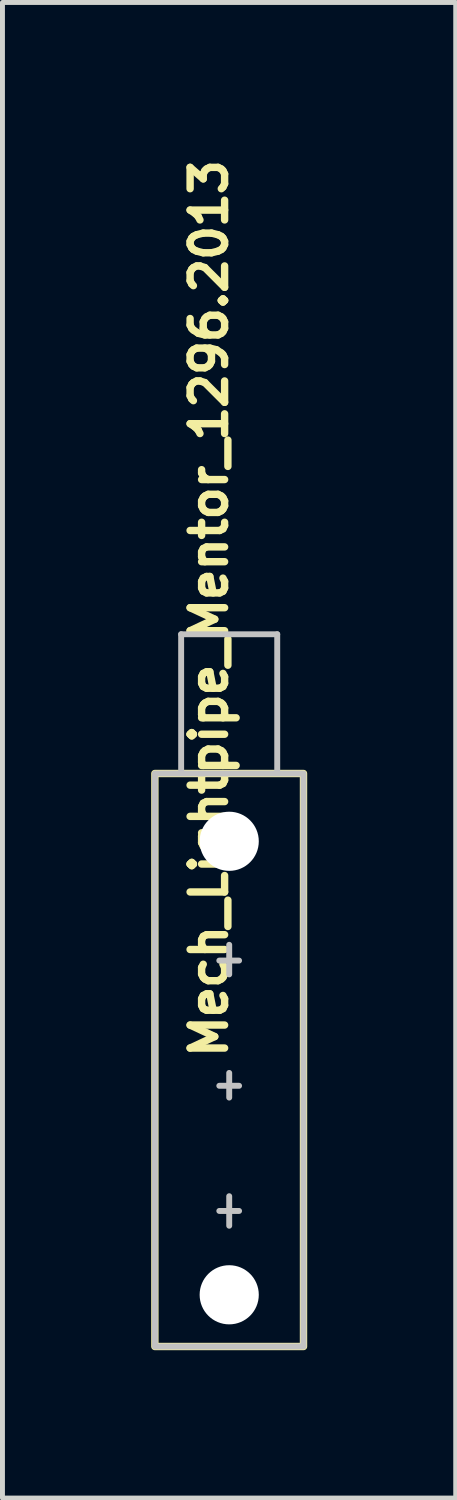
<source format=kicad_pcb>
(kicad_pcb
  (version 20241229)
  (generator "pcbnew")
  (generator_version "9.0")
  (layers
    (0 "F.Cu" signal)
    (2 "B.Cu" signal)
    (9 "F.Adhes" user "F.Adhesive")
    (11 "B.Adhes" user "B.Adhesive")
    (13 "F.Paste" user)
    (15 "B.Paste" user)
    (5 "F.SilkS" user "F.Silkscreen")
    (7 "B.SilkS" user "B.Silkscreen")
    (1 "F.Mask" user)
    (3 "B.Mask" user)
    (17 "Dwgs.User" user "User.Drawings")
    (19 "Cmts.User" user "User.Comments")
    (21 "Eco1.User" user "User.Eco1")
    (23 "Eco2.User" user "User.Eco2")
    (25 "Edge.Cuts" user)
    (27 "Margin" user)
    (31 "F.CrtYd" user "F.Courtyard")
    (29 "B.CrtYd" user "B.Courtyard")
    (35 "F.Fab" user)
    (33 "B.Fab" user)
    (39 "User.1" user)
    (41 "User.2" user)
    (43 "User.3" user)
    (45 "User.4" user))
  (footprint "Mech_Lightpipe_Mentor_1296.2013"
    (layer "F.Cu")
    (at 1.6 18.977)
    (property "Reference" "Mech_Lightpipe_Mentor_1296.2013" (at 0 -0.5 90) (unlocked yes) (layer "F.SilkS") (effects (font (size 0.7 0.7) (thickness 0.15)) (justify left bottom)))
    (attr through_hole)
    (fp_rect (start -1.508 -6.335) (end 1.507 5.289) (stroke (width 0.15) (type solid)) (fill no) (layer "F.SilkS"))
    (fp_line (start -0.975 -9.16) (end -0.975 -6.361) (stroke (width 0.12) (type solid)) (layer "Dwgs.User"))
    (fp_line (start -0.975 -9.16) (end 0.974 -9.16) (stroke (width 0.12) (type solid)) (layer "Dwgs.User"))
    (fp_line (start 0 -2.86) (end 0 -2.26) (stroke (width 0.12) (type solid)) (layer "Dwgs.User"))
    (fp_line (start 0 -0.261) (end 0 0.239) (stroke (width 0.12) (type solid)) (layer "Dwgs.User"))
    (fp_line (start 0 2.24) (end 0 2.839) (stroke (width 0.12) (type solid)) (layer "Dwgs.User"))
    (fp_line (start 0.2 -2.54) (end -0.201 -2.54) (stroke (width 0.12) (type solid)) (layer "Dwgs.User"))
    (fp_line (start 0.2 0) (end -0.201 0) (stroke (width 0.12) (type solid)) (layer "Dwgs.User"))
    (fp_line (start 0.2 2.539) (end -0.201 2.539) (stroke (width 0.12) (type solid)) (layer "Dwgs.User"))
    (fp_line (start 0.974 -9.16) (end 0.974 -6.361) (stroke (width 0.12) (type solid)) (layer "Dwgs.User"))
    (fp_rect (start -1.508 -6.335) (end 1.507 5.289) (stroke (width 0.12) (type solid)) (fill no) (layer "Dwgs.User"))
    (fp_line (start -1.595 -3.765) (end -0.966 -3.765) (stroke (width 0.01) (type solid)) (layer "User.9"))
    (fp_line (start -1.595 5.349) (end -1.595 -3.765) (stroke (width 0.01) (type solid)) (layer "User.9"))
    (fp_line (start -1.595 5.349) (end 1.59 5.349) (stroke (width 0.01) (type solid)) (layer "User.9"))
    (fp_line (start -1.57 -5.851) (end -1.57 -3.781) (stroke (width 0.01) (type solid)) (layer "User.9"))
    (fp_line (start -1.57 -5.851) (end -0.9 -5.851) (stroke (width 0.01) (type solid)) (layer "User.9"))
    (fp_line (start -1.57 -3.781) (end -1.595 -3.765) (stroke (width 0.01) (type solid)) (layer "User.9"))
    (fp_line (start -1.57 -3.781) (end -0.95 -3.781) (stroke (width 0.01) (type solid)) (layer "User.9"))
    (fp_line (start -0.966 -3.765) (end -0.966 4.645) (stroke (width 0.01) (type solid)) (layer "User.9"))
    (fp_line (start -0.966 -3.765) (end -0.95 -3.781) (stroke (width 0.01) (type solid)) (layer "User.9"))
    (fp_line (start -0.966 4.651) (end -0.966 4.645) (stroke (width 0.01) (type solid)) (layer "User.9"))
    (fp_line (start -0.965 4.657) (end -0.966 4.651) (stroke (width 0.01) (type solid)) (layer "User.9"))
    (fp_line (start -0.965 4.663) (end -0.965 4.657) (stroke (width 0.01) (type solid)) (layer "User.9"))
    (fp_line (start -0.964 4.669) (end -0.965 4.663) (stroke (width 0.01) (type solid)) (layer "User.9"))
    (fp_line (start -0.962 4.674) (end -0.964 4.669) (stroke (width 0.01) (type solid)) (layer "User.9"))
    (fp_line (start -0.961 4.68) (end -0.962 4.674) (stroke (width 0.01) (type solid)) (layer "User.9"))
    (fp_line (start -0.959 4.686) (end -0.961 4.68) (stroke (width 0.01) (type solid)) (layer "User.9"))
    (fp_line (start -0.958 4.644) (end -0.958 4.638) (stroke (width 0.01) (type solid)) (layer "User.9"))
    (fp_line (start -0.958 4.646) (end -0.958 4.646) (stroke (width 0.01) (type solid)) (layer "User.9"))
    (fp_line (start -0.958 4.647) (end -0.958 4.646) (stroke (width 0.01) (type solid)) (layer "User.9"))
    (fp_line (start -0.958 4.646) (end -0.958 4.646) (stroke (width 0.01) (type solid)) (layer "User.9"))
    (fp_line (start -0.958 4.646) (end -0.958 4.648) (stroke (width 0.01) (type solid)) (layer "User.9"))
    (fp_line (start -0.958 4.649) (end -0.958 4.647) (stroke (width 0.01) (type solid)) (layer "User.9"))
    (fp_line (start -0.958 4.65) (end -0.958 4.644) (stroke (width 0.01) (type solid)) (layer "User.9"))
    (fp_line (start -0.957 4.651) (end -0.958 4.649) (stroke (width 0.01) (type solid)) (layer "User.9"))
    (fp_line (start -0.957 4.656) (end -0.958 4.65) (stroke (width 0.01) (type solid)) (layer "User.9"))
    (fp_line (start -0.957 4.691) (end -0.959 4.686) (stroke (width 0.01) (type solid)) (layer "User.9"))
    (fp_line (start -0.956 4.659) (end -0.957 4.651) (stroke (width 0.01) (type solid)) (layer "User.9"))
    (fp_line (start -0.956 4.662) (end -0.957 4.656) (stroke (width 0.01) (type solid)) (layer "User.9"))
    (fp_line (start -0.955 4.668) (end -0.956 4.662) (stroke (width 0.01) (type solid)) (layer "User.9"))
    (fp_line (start -0.954 4.696) (end -0.957 4.691) (stroke (width 0.01) (type solid)) (layer "User.9"))
    (fp_line (start -0.954 4.669) (end -0.956 4.659) (stroke (width 0.01) (type solid)) (layer "User.9"))
    (fp_line (start -0.954 4.669) (end -0.954 4.669) (stroke (width 0.01) (type solid)) (layer "User.9"))
    (fp_line (start -0.953 4.673) (end -0.955 4.668) (stroke (width 0.01) (type solid)) (layer "User.9"))
    (fp_line (start -0.951 4.702) (end -0.954 4.696) (stroke (width 0.01) (type solid)) (layer "User.9"))
    (fp_line (start -0.951 4.679) (end -0.953 4.673) (stroke (width 0.01) (type solid)) (layer "User.9"))
    (fp_line (start -0.95 -3.331) (end -0.95 -3.781) (stroke (width 0.01) (type solid)) (layer "User.9"))
    (fp_line (start -0.95 -3.131) (end -0.95 -3.331) (stroke (width 0.01) (type solid)) (layer "User.9"))
    (fp_line (start -0.95 -1.631) (end -0.95 -1.831) (stroke (width 0.01) (type solid)) (layer "User.9"))
    (fp_line (start -0.95 -0.831) (end -0.95 -1.631) (stroke (width 0.01) (type solid)) (layer "User.9"))
    (fp_line (start -0.95 -0.631) (end -0.95 -0.831) (stroke (width 0.01) (type solid)) (layer "User.9"))
    (fp_line (start -0.95 0.909) (end -0.95 0.709) (stroke (width 0.01) (type solid)) (layer "User.9"))
    (fp_line (start -0.95 1.709) (end -0.95 0.909) (stroke (width 0.01) (type solid)) (layer "User.9"))
    (fp_line (start -0.95 1.909) (end -0.95 1.709) (stroke (width 0.01) (type solid)) (layer "User.9"))
    (fp_line (start -0.95 -1.831) (end -0.95 -3.131) (stroke (width 0.01) (type solid)) (layer "User.9"))
    (fp_line (start -0.95 -1.831) (end -0.95 -1.821) (stroke (width 0.01) (type solid)) (layer "User.9"))
    (fp_line (start -0.95 0.709) (end -0.95 -0.631) (stroke (width 0.01) (type solid)) (layer "User.9"))
    (fp_line (start -0.95 0.709) (end -0.95 0.719) (stroke (width 0.01) (type solid)) (layer "User.9"))
    (fp_line (start -0.95 1.909) (end -0.95 4.681) (stroke (width 0.01) (type solid)) (layer "User.9"))
    (fp_line (start -0.95 1.909) (end -0.95 1.9) (stroke (width 0.01) (type solid)) (layer "User.9"))
    (fp_line (start -0.95 -3.14) (end -0.95 -3.131) (stroke (width 0.01) (type solid)) (layer "User.9"))
    (fp_line (start -0.95 -0.64) (end -0.95 -0.631) (stroke (width 0.01) (type solid)) (layer "User.9"))
    (fp_line (start -0.95 -1.821) (end -0.949 -1.812) (stroke (width 0.01) (type solid)) (layer "User.9"))
    (fp_line (start -0.95 0.719) (end -0.949 0.728) (stroke (width 0.01) (type solid)) (layer "User.9"))
    (fp_line (start -0.95 1.9) (end -0.949 1.891) (stroke (width 0.01) (type solid)) (layer "User.9"))
    (fp_line (start -0.949 -3.149) (end -0.95 -3.14) (stroke (width 0.01) (type solid)) (layer "User.9"))
    (fp_line (start -0.949 -0.649) (end -0.95 -0.64) (stroke (width 0.01) (type solid)) (layer "User.9"))
    (fp_line (start -0.949 -1.812) (end -0.948 -1.803) (stroke (width 0.01) (type solid)) (layer "User.9"))
    (fp_line (start -0.949 0.728) (end -0.948 0.737) (stroke (width 0.01) (type solid)) (layer "User.9"))
    (fp_line (start -0.949 1.891) (end -0.948 1.882) (stroke (width 0.01) (type solid)) (layer "User.9"))
    (fp_line (start -0.949 4.684) (end -0.951 4.679) (stroke (width 0.01) (type solid)) (layer "User.9"))
    (fp_line (start -0.949 4.707) (end -0.951 4.702) (stroke (width 0.01) (type solid)) (layer "User.9"))
    (fp_line (start -0.948 -3.158) (end -0.949 -3.149) (stroke (width 0.01) (type solid)) (layer "User.9"))
    (fp_line (start -0.948 -0.658) (end -0.949 -0.649) (stroke (width 0.01) (type solid)) (layer "User.9"))
    (fp_line (start -0.948 -1.803) (end -0.946 -1.794) (stroke (width 0.01) (type solid)) (layer "User.9"))
    (fp_line (start -0.948 0.737) (end -0.946 0.746) (stroke (width 0.01) (type solid)) (layer "User.9"))
    (fp_line (start -0.948 1.882) (end -0.946 1.873) (stroke (width 0.01) (type solid)) (layer "User.9"))
    (fp_line (start -0.947 -3.167) (end -0.948 -3.158) (stroke (width 0.01) (type solid)) (layer "User.9"))
    (fp_line (start -0.947 -0.667) (end -0.948 -0.658) (stroke (width 0.01) (type solid)) (layer "User.9"))
    (fp_line (start -0.946 -1.794) (end -0.945 -1.785) (stroke (width 0.01) (type solid)) (layer "User.9"))
    (fp_line (start -0.946 0.746) (end -0.945 0.755) (stroke (width 0.01) (type solid)) (layer "User.9"))
    (fp_line (start -0.946 1.873) (end -0.945 1.864) (stroke (width 0.01) (type solid)) (layer "User.9"))
    (fp_line (start -0.946 4.69) (end -0.949 4.684) (stroke (width 0.01) (type solid)) (layer "User.9"))
    (fp_line (start -0.946 4.691) (end -0.954 4.669) (stroke (width 0.01) (type solid)) (layer "User.9"))
    (fp_line (start -0.946 4.691) (end -0.946 4.691) (stroke (width 0.01) (type solid)) (layer "User.9"))
    (fp_line (start -0.945 4.712) (end -0.949 4.707) (stroke (width 0.01) (type solid)) (layer "User.9"))
    (fp_line (start -0.945 -3.176) (end -0.947 -3.167) (stroke (width 0.01) (type solid)) (layer "User.9"))
    (fp_line (start -0.945 -0.676) (end -0.947 -0.667) (stroke (width 0.01) (type solid)) (layer "User.9"))
    (fp_line (start -0.945 -1.785) (end -0.942 -1.777) (stroke (width 0.01) (type solid)) (layer "User.9"))
    (fp_line (start -0.945 0.755) (end -0.942 0.763) (stroke (width 0.01) (type solid)) (layer "User.9"))
    (fp_line (start -0.945 1.864) (end -0.942 1.855) (stroke (width 0.01) (type solid)) (layer "User.9"))
    (fp_line (start -0.944 4.694) (end -0.946 4.691) (stroke (width 0.01) (type solid)) (layer "User.9"))
    (fp_line (start -0.944 4.695) (end -0.946 4.69) (stroke (width 0.01) (type solid)) (layer "User.9"))
    (fp_line (start -0.943 4.697) (end -0.944 4.694) (stroke (width 0.01) (type solid)) (layer "User.9"))
    (fp_line (start -0.943 -3.185) (end -0.945 -3.176) (stroke (width 0.01) (type solid)) (layer "User.9"))
    (fp_line (start -0.943 -0.685) (end -0.945 -0.676) (stroke (width 0.01) (type solid)) (layer "User.9"))
    (fp_line (start -0.942 -1.777) (end -0.94 -1.768) (stroke (width 0.01) (type solid)) (layer "User.9"))
    (fp_line (start -0.942 0.763) (end -0.94 0.772) (stroke (width 0.01) (type solid)) (layer "User.9"))
    (fp_line (start -0.942 1.855) (end -0.94 1.847) (stroke (width 0.01) (type solid)) (layer "User.9"))
    (fp_line (start -0.942 4.716) (end -0.945 4.712) (stroke (width 0.01) (type solid)) (layer "User.9"))
    (fp_line (start -0.941 4.7) (end -0.943 4.697) (stroke (width 0.01) (type solid)) (layer "User.9"))
    (fp_line (start -0.941 4.7) (end -0.944 4.695) (stroke (width 0.01) (type solid)) (layer "User.9"))
    (fp_line (start -0.94 -3.193) (end -0.943 -3.185) (stroke (width 0.01) (type solid)) (layer "User.9"))
    (fp_line (start -0.94 -0.693) (end -0.943 -0.685) (stroke (width 0.01) (type solid)) (layer "User.9"))
    (fp_line (start -0.94 -1.768) (end -0.937 -1.76) (stroke (width 0.01) (type solid)) (layer "User.9"))
    (fp_line (start -0.94 0.772) (end -0.937 0.78) (stroke (width 0.01) (type solid)) (layer "User.9"))
    (fp_line (start -0.94 1.847) (end -0.937 1.839) (stroke (width 0.01) (type solid)) (layer "User.9"))
    (fp_line (start -0.939 4.702) (end -0.941 4.7) (stroke (width 0.01) (type solid)) (layer "User.9"))
    (fp_line (start -0.938 4.721) (end -0.942 4.716) (stroke (width 0.01) (type solid)) (layer "User.9"))
    (fp_line (start -0.938 4.705) (end -0.941 4.7) (stroke (width 0.01) (type solid)) (layer "User.9"))
    (fp_line (start -0.938 4.705) (end -0.939 4.702) (stroke (width 0.01) (type solid)) (layer "User.9"))
    (fp_line (start -0.937 -3.201) (end -0.94 -3.193) (stroke (width 0.01) (type solid)) (layer "User.9"))
    (fp_line (start -0.937 -0.701) (end -0.94 -0.693) (stroke (width 0.01) (type solid)) (layer "User.9"))
    (fp_line (start -0.937 -1.76) (end -0.934 -1.752) (stroke (width 0.01) (type solid)) (layer "User.9"))
    (fp_line (start -0.937 0.78) (end -0.934 0.788) (stroke (width 0.01) (type solid)) (layer "User.9"))
    (fp_line (start -0.937 1.839) (end -0.934 1.83) (stroke (width 0.01) (type solid)) (layer "User.9"))
    (fp_line (start -0.936 4.708) (end -0.938 4.705) (stroke (width 0.01) (type solid)) (layer "User.9"))
    (fp_line (start -0.934 4.709) (end -0.938 4.705) (stroke (width 0.01) (type solid)) (layer "User.9"))
    (fp_line (start -0.934 4.725) (end -0.938 4.721) (stroke (width 0.01) (type solid)) (layer "User.9"))
    (fp_line (start -0.934 4.71) (end -0.936 4.708) (stroke (width 0.01) (type solid)) (layer "User.9"))
    (fp_line (start -0.934 -3.21) (end -0.937 -3.201) (stroke (width 0.01) (type solid)) (layer "User.9"))
    (fp_line (start -0.934 -0.71) (end -0.937 -0.701) (stroke (width 0.01) (type solid)) (layer "User.9"))
    (fp_line (start -0.934 -1.752) (end -0.93 -1.744) (stroke (width 0.01) (type solid)) (layer "User.9"))
    (fp_line (start -0.934 0.788) (end -0.93 0.796) (stroke (width 0.01) (type solid)) (layer "User.9"))
    (fp_line (start -0.934 1.83) (end -0.93 1.822) (stroke (width 0.01) (type solid)) (layer "User.9"))
    (fp_line (start -0.932 4.713) (end -0.934 4.71) (stroke (width 0.01) (type solid)) (layer "User.9"))
    (fp_line (start -0.931 4.714) (end -0.934 4.709) (stroke (width 0.01) (type solid)) (layer "User.9"))
    (fp_line (start -0.93 4.73) (end -0.934 4.725) (stroke (width 0.01) (type solid)) (layer "User.9"))
    (fp_line (start -0.93 -3.218) (end -0.934 -3.21) (stroke (width 0.01) (type solid)) (layer "User.9"))
    (fp_line (start -0.93 -0.718) (end -0.934 -0.71) (stroke (width 0.01) (type solid)) (layer "User.9"))
    (fp_line (start -0.93 -1.744) (end -0.926 -1.736) (stroke (width 0.01) (type solid)) (layer "User.9"))
    (fp_line (start -0.93 0.796) (end -0.926 0.804) (stroke (width 0.01) (type solid)) (layer "User.9"))
    (fp_line (start -0.93 1.822) (end -0.926 1.814) (stroke (width 0.01) (type solid)) (layer "User.9"))
    (fp_line (start -0.93 4.715) (end -0.932 4.713) (stroke (width 0.01) (type solid)) (layer "User.9"))
    (fp_line (start -0.928 4.717) (end -0.93 4.715) (stroke (width 0.01) (type solid)) (layer "User.9"))
    (fp_line (start -0.927 4.718) (end -0.931 4.714) (stroke (width 0.01) (type solid)) (layer "User.9"))
    (fp_line (start -0.926 4.734) (end -0.93 4.73) (stroke (width 0.01) (type solid)) (layer "User.9"))
    (fp_line (start -0.926 -3.226) (end -0.93 -3.218) (stroke (width 0.01) (type solid)) (layer "User.9"))
    (fp_line (start -0.926 -0.726) (end -0.93 -0.718) (stroke (width 0.01) (type solid)) (layer "User.9"))
    (fp_line (start -0.926 -1.736) (end -0.921 -1.728) (stroke (width 0.01) (type solid)) (layer "User.9"))
    (fp_line (start -0.926 0.804) (end -0.921 0.812) (stroke (width 0.01) (type solid)) (layer "User.9"))
    (fp_line (start -0.926 1.814) (end -0.921 1.807) (stroke (width 0.01) (type solid)) (layer "User.9"))
    (fp_line (start -0.926 4.72) (end -0.928 4.717) (stroke (width 0.01) (type solid)) (layer "User.9"))
    (fp_line (start -0.923 4.722) (end -0.926 4.72) (stroke (width 0.01) (type solid)) (layer "User.9"))
    (fp_line (start -0.923 4.722) (end -0.927 4.718) (stroke (width 0.01) (type solid)) (layer "User.9"))
    (fp_line (start -0.922 4.738) (end -0.926 4.734) (stroke (width 0.01) (type solid)) (layer "User.9"))
    (fp_line (start -0.922 -3.233) (end -0.926 -3.226) (stroke (width 0.01) (type solid)) (layer "User.9"))
    (fp_line (start -0.922 -0.733) (end -0.926 -0.726) (stroke (width 0.01) (type solid)) (layer "User.9"))
    (fp_line (start -0.921 -1.728) (end -0.917 -1.72) (stroke (width 0.01) (type solid)) (layer "User.9"))
    (fp_line (start -0.921 0.812) (end -0.917 0.82) (stroke (width 0.01) (type solid)) (layer "User.9"))
    (fp_line (start -0.921 1.807) (end -0.917 1.799) (stroke (width 0.01) (type solid)) (layer "User.9"))
    (fp_line (start -0.921 4.724) (end -0.923 4.722) (stroke (width 0.01) (type solid)) (layer "User.9"))
    (fp_line (start -0.919 4.726) (end -0.923 4.722) (stroke (width 0.01) (type solid)) (layer "User.9"))
    (fp_line (start -0.919 4.726) (end -0.921 4.724) (stroke (width 0.01) (type solid)) (layer "User.9"))
    (fp_line (start -0.917 4.741) (end -0.922 4.738) (stroke (width 0.01) (type solid)) (layer "User.9"))
    (fp_line (start -0.917 -3.241) (end -0.922 -3.233) (stroke (width 0.01) (type solid)) (layer "User.9"))
    (fp_line (start -0.917 -0.741) (end -0.922 -0.733) (stroke (width 0.01) (type solid)) (layer "User.9"))
    (fp_line (start -0.917 -1.72) (end -0.911 -1.713) (stroke (width 0.01) (type solid)) (layer "User.9"))
    (fp_line (start -0.917 0.82) (end -0.911 0.827) (stroke (width 0.01) (type solid)) (layer "User.9"))
    (fp_line (start -0.917 1.799) (end -0.911 1.792) (stroke (width 0.01) (type solid)) (layer "User.9"))
    (fp_line (start -0.916 4.729) (end -0.919 4.726) (stroke (width 0.01) (type solid)) (layer "User.9"))
    (fp_line (start -0.915 4.73) (end -0.919 4.726) (stroke (width 0.01) (type solid)) (layer "User.9"))
    (fp_line (start -0.914 4.731) (end -0.916 4.729) (stroke (width 0.01) (type solid)) (layer "User.9"))
    (fp_line (start -0.914 4.731) (end -0.914 4.731) (stroke (width 0.01) (type solid)) (layer "User.9"))
    (fp_line (start -0.912 4.745) (end -0.917 4.741) (stroke (width 0.01) (type solid)) (layer "User.9"))
    (fp_line (start -0.912 -3.248) (end -0.917 -3.241) (stroke (width 0.01) (type solid)) (layer "User.9"))
    (fp_line (start -0.912 -0.748) (end -0.917 -0.741) (stroke (width 0.01) (type solid)) (layer "User.9"))
    (fp_line (start -0.911 -1.713) (end -0.906 -1.706) (stroke (width 0.01) (type solid)) (layer "User.9"))
    (fp_line (start -0.911 0.827) (end -0.906 0.834) (stroke (width 0.01) (type solid)) (layer "User.9"))
    (fp_line (start -0.911 1.792) (end -0.906 1.784) (stroke (width 0.01) (type solid)) (layer "User.9"))
    (fp_line (start -0.91 4.734) (end -0.915 4.73) (stroke (width 0.01) (type solid)) (layer "User.9"))
    (fp_line (start -0.91 4.734) (end -0.914 4.731) (stroke (width 0.01) (type solid)) (layer "User.9"))
    (fp_line (start -0.907 4.748) (end -0.912 4.745) (stroke (width 0.01) (type solid)) (layer "User.9"))
    (fp_line (start -0.906 -3.256) (end -0.912 -3.248) (stroke (width 0.01) (type solid)) (layer "User.9"))
    (fp_line (start -0.906 -0.756) (end -0.912 -0.748) (stroke (width 0.01) (type solid)) (layer "User.9"))
    (fp_line (start -0.906 -1.706) (end -0.9 -1.698) (stroke (width 0.01) (type solid)) (layer "User.9"))
    (fp_line (start -0.906 0.834) (end -0.9 0.842) (stroke (width 0.01) (type solid)) (layer "User.9"))
    (fp_line (start -0.906 1.784) (end -0.9 1.777) (stroke (width 0.01) (type solid)) (layer "User.9"))
    (fp_line (start -0.906 4.737) (end -0.91 4.734) (stroke (width 0.01) (type solid)) (layer "User.9"))
    (fp_line (start -0.905 4.737) (end -0.91 4.734) (stroke (width 0.01) (type solid)) (layer "User.9"))
    (fp_line (start -0.902 4.751) (end -0.907 4.748) (stroke (width 0.01) (type solid)) (layer "User.9"))
    (fp_line (start -0.901 4.74) (end -0.906 4.737) (stroke (width 0.01) (type solid)) (layer "User.9"))
    (fp_line (start -0.901 4.74) (end -0.905 4.737) (stroke (width 0.01) (type solid)) (layer "User.9"))
    (fp_line (start -0.9 -6.305) (end -0.9 -8.705) (stroke (width 0.01) (type solid)) (layer "User.9"))
    (fp_line (start -0.9 -3.263) (end -0.906 -3.256) (stroke (width 0.01) (type solid)) (layer "User.9"))
    (fp_line (start -0.9 -0.763) (end -0.906 -0.756) (stroke (width 0.01) (type solid)) (layer "User.9"))
    (fp_line (start -0.9 -0.425) (end -0.9 -6.305) (stroke (width 0.01) (type solid)) (layer "User.9"))
    (fp_line (start -0.9 -0.425) (end -0.9 0.023) (stroke (width 0.01) (type solid)) (layer "User.9"))
    (fp_line (start -0.9 0.023) (end -0.9 0.023) (stroke (width 0.01) (type solid)) (layer "User.9"))
    (fp_line (start -0.9 0.023) (end -0.9 0.465) (stroke (width 0.01) (type solid)) (layer "User.9"))
    (fp_line (start -0.9 0.465) (end -0.9 0.465) (stroke (width 0.01) (type solid)) (layer "User.9"))
    (fp_line (start -0.9 0.465) (end -0.9 0.896) (stroke (width 0.01) (type solid)) (layer "User.9"))
    (fp_line (start -0.9 0.896) (end -0.9 0.896) (stroke (width 0.01) (type solid)) (layer "User.9"))
    (fp_line (start -0.9 0.896) (end -0.9 1.311) (stroke (width 0.01) (type solid)) (layer "User.9"))
    (fp_line (start -0.9 1.311) (end -0.9 1.311) (stroke (width 0.01) (type solid)) (layer "User.9"))
    (fp_line (start -0.9 1.311) (end -0.9 1.703) (stroke (width 0.01) (type solid)) (layer "User.9"))
    (fp_line (start -0.9 1.703) (end -0.9 1.703) (stroke (width 0.01) (type solid)) (layer "User.9"))
    (fp_line (start -0.9 1.703) (end -0.9 2.069) (stroke (width 0.01) (type solid)) (layer "User.9"))
    (fp_line (start -0.9 2.069) (end -0.9 2.069) (stroke (width 0.01) (type solid)) (layer "User.9"))
    (fp_line (start -0.9 2.069) (end -0.9 2.403) (stroke (width 0.01) (type solid)) (layer "User.9"))
    (fp_line (start -0.9 2.403) (end -0.9 2.403) (stroke (width 0.01) (type solid)) (layer "User.9"))
    (fp_line (start -0.9 2.403) (end -0.9 2.702) (stroke (width 0.01) (type solid)) (layer "User.9"))
    (fp_line (start -0.9 2.702) (end -0.9 2.702) (stroke (width 0.01) (type solid)) (layer "User.9"))
    (fp_line (start -0.9 2.702) (end -0.9 2.962) (stroke (width 0.01) (type solid)) (layer "User.9"))
    (fp_line (start -0.9 2.962) (end -0.9 2.962) (stroke (width 0.01) (type solid)) (layer "User.9"))
    (fp_line (start -0.9 2.962) (end -0.9 3.179) (stroke (width 0.01) (type solid)) (layer "User.9"))
    (fp_line (start -0.9 3.179) (end -0.9 3.179) (stroke (width 0.01) (type solid)) (layer "User.9"))
    (fp_line (start -0.9 3.179) (end -0.9 3.351) (stroke (width 0.01) (type solid)) (layer "User.9"))
    (fp_line (start -0.9 3.351) (end -0.9 3.351) (stroke (width 0.01) (type solid)) (layer "User.9"))
    (fp_line (start -0.9 3.351) (end -0.9 3.475) (stroke (width 0.01) (type solid)) (layer "User.9"))
    (fp_line (start -0.9 3.475) (end -0.9 3.475) (stroke (width 0.01) (type solid)) (layer "User.9"))
    (fp_line (start -0.9 3.475) (end -0.9 3.55) (stroke (width 0.01) (type solid)) (layer "User.9"))
    (fp_line (start -0.9 3.55) (end -0.9 3.55) (stroke (width 0.01) (type solid)) (layer "User.9"))
    (fp_line (start -0.9 3.55) (end -0.9 3.575) (stroke (width 0.01) (type solid)) (layer "User.9"))
    (fp_line (start -0.9 3.695) (end -0.9 3.575) (stroke (width 0.01) (type solid)) (layer "User.9"))
    (fp_line (start -0.9 4.575) (end -0.9 3.695) (stroke (width 0.01) (type solid)) (layer "User.9"))
    (fp_line (start -0.9 4.575) (end -0.9 4.695) (stroke (width 0.01) (type solid)) (layer "User.9"))
    (fp_line (start -0.897 4.753) (end -0.902 4.751) (stroke (width 0.01) (type solid)) (layer "User.9"))
    (fp_line (start -0.897 4.742) (end -0.901 4.74) (stroke (width 0.01) (type solid)) (layer "User.9"))
    (fp_line (start -0.895 4.743) (end -0.901 4.74) (stroke (width 0.01) (type solid)) (layer "User.9"))
    (fp_line (start -0.892 4.745) (end -0.897 4.742) (stroke (width 0.01) (type solid)) (layer "User.9"))
    (fp_line (start -0.892 4.756) (end -0.897 4.753) (stroke (width 0.01) (type solid)) (layer "User.9"))
    (fp_line (start -0.89 4.746) (end -0.895 4.743) (stroke (width 0.01) (type solid)) (layer "User.9"))
    (fp_line (start -0.888 4.747) (end -0.892 4.745) (stroke (width 0.01) (type solid)) (layer "User.9"))
    (fp_line (start -0.886 4.758) (end -0.892 4.756) (stroke (width 0.01) (type solid)) (layer "User.9"))
    (fp_line (start -0.885 4.748) (end -0.89 4.746) (stroke (width 0.01) (type solid)) (layer "User.9"))
    (fp_line (start -0.883 4.749) (end -0.888 4.747) (stroke (width 0.01) (type solid)) (layer "User.9"))
    (fp_line (start -0.881 4.76) (end -0.886 4.758) (stroke (width 0.01) (type solid)) (layer "User.9"))
    (fp_line (start -0.88 4.75) (end -0.885 4.748) (stroke (width 0.01) (type solid)) (layer "User.9"))
    (fp_line (start -0.878 4.751) (end -0.883 4.749) (stroke (width 0.01) (type solid)) (layer "User.9"))
    (fp_line (start -0.876 -8.705) (end -0.9 -8.705) (stroke (width 0.01) (type solid)) (layer "User.9"))
    (fp_line (start -0.876 -8.705) (end -0.876 -8.705) (stroke (width 0.01) (type solid)) (layer "User.9"))
    (fp_line (start -0.875 4.762) (end -0.881 4.76) (stroke (width 0.01) (type solid)) (layer "User.9"))
    (fp_line (start -0.874 4.752) (end -0.88 4.75) (stroke (width 0.01) (type solid)) (layer "User.9"))
    (fp_line (start -0.874 4.752) (end -0.878 4.751) (stroke (width 0.01) (type solid)) (layer "User.9"))
    (fp_line (start -0.869 4.763) (end -0.875 4.762) (stroke (width 0.01) (type solid)) (layer "User.9"))
    (fp_line (start -0.869 4.754) (end -0.874 4.752) (stroke (width 0.01) (type solid)) (layer "User.9"))
    (fp_line (start -0.868 4.754) (end -0.874 4.752) (stroke (width 0.01) (type solid)) (layer "User.9"))
    (fp_line (start -0.864 4.755) (end -0.869 4.754) (stroke (width 0.01) (type solid)) (layer "User.9"))
    (fp_line (start -0.864 4.764) (end -0.869 4.763) (stroke (width 0.01) (type solid)) (layer "User.9"))
    (fp_line (start -0.862 4.755) (end -0.868 4.754) (stroke (width 0.01) (type solid)) (layer "User.9"))
    (fp_line (start -0.859 4.756) (end -0.864 4.755) (stroke (width 0.01) (type solid)) (layer "User.9"))
    (fp_line (start -0.858 4.765) (end -0.864 4.764) (stroke (width 0.01) (type solid)) (layer "User.9"))
    (fp_line (start -0.857 4.756) (end -0.862 4.755) (stroke (width 0.01) (type solid)) (layer "User.9"))
    (fp_line (start -0.854 4.757) (end -0.859 4.756) (stroke (width 0.01) (type solid)) (layer "User.9"))
    (fp_line (start -0.852 4.765) (end -0.858 4.765) (stroke (width 0.01) (type solid)) (layer "User.9"))
    (fp_line (start -0.851 4.757) (end -0.857 4.756) (stroke (width 0.01) (type solid)) (layer "User.9"))
    (fp_line (start -0.849 4.757) (end -0.854 4.757) (stroke (width 0.01) (type solid)) (layer "User.9"))
    (fp_line (start -0.846 4.765) (end -0.852 4.765) (stroke (width 0.01) (type solid)) (layer "User.9"))
    (fp_line (start -0.846 4.765) (end 0.996 4.765) (stroke (width 0.01) (type solid)) (layer "User.9"))
    (fp_line (start -0.844 4.757) (end -0.851 4.757) (stroke (width 0.01) (type solid)) (layer "User.9"))
    (fp_line (start -0.844 4.757) (end -0.849 4.757) (stroke (width 0.01) (type solid)) (layer "User.9"))
    (fp_line (start -0.838 4.758) (end -0.844 4.757) (stroke (width 0.01) (type solid)) (layer "User.9"))
    (fp_line (start -0.838 4.758) (end -0.844 4.757) (stroke (width 0.01) (type solid)) (layer "User.9"))
    (fp_line (start -0.803 -8.705) (end -0.876 -8.705) (stroke (width 0.01) (type solid)) (layer "User.9"))
    (fp_line (start -0.803 -8.705) (end -0.803 -8.705) (stroke (width 0.01) (type solid)) (layer "User.9"))
    (fp_line (start -0.712 -8.705) (end -0.677 -8.751) (stroke (width 0.01) (type solid)) (layer "User.9"))
    (fp_line (start -0.687 -8.705) (end -0.803 -8.705) (stroke (width 0.01) (type solid)) (layer "User.9"))
    (fp_line (start -0.687 -8.705) (end -0.687 -8.705) (stroke (width 0.01) (type solid)) (layer "User.9"))
    (fp_line (start -0.677 -8.751) (end -0.639 -8.794) (stroke (width 0.01) (type solid)) (layer "User.9"))
    (fp_line (start -0.639 -8.794) (end -0.598 -8.835) (stroke (width 0.01) (type solid)) (layer "User.9"))
    (fp_line (start -0.598 -8.835) (end -0.556 -8.874) (stroke (width 0.01) (type solid)) (layer "User.9"))
    (fp_line (start -0.556 -8.874) (end -0.511 -8.909) (stroke (width 0.01) (type solid)) (layer "User.9"))
    (fp_line (start -0.533 -8.705) (end -0.687 -8.705) (stroke (width 0.01) (type solid)) (layer "User.9"))
    (fp_line (start -0.533 -8.705) (end -0.533 -8.705) (stroke (width 0.01) (type solid)) (layer "User.9"))
    (fp_line (start -0.511 -8.909) (end -0.465 -8.942) (stroke (width 0.01) (type solid)) (layer "User.9"))
    (fp_line (start -0.465 -8.942) (end -0.416 -8.972) (stroke (width 0.01) (type solid)) (layer "User.9"))
    (fp_line (start -0.425 4.695) (end -0.425 4.758) (stroke (width 0.01) (type solid)) (layer "User.9"))
    (fp_line (start -0.416 -8.972) (end -0.367 -8.999) (stroke (width 0.01) (type solid)) (layer "User.9"))
    (fp_line (start -0.367 -8.999) (end -0.315 -9.024) (stroke (width 0.01) (type solid)) (layer "User.9"))
    (fp_line (start -0.348 -8.705) (end -0.533 -8.705) (stroke (width 0.01) (type solid)) (layer "User.9"))
    (fp_line (start -0.348 -8.705) (end -0.348 -8.705) (stroke (width 0.01) (type solid)) (layer "User.9"))
    (fp_line (start -0.315 -9.024) (end -0.263 -9.045) (stroke (width 0.01) (type solid)) (layer "User.9"))
    (fp_line (start -0.263 -9.045) (end -0.209 -9.063) (stroke (width 0.01) (type solid)) (layer "User.9"))
    (fp_line (start -0.209 -9.063) (end -0.154 -9.078) (stroke (width 0.01) (type solid)) (layer "User.9"))
    (fp_line (start -0.154 -9.078) (end -0.098 -9.09) (stroke (width 0.01) (type solid)) (layer "User.9"))
    (fp_line (start -0.142 -8.705) (end -0.348 -8.705) (stroke (width 0.01) (type solid)) (layer "User.9"))
    (fp_line (start -0.142 -8.705) (end -0.142 -8.705) (stroke (width 0.01) (type solid)) (layer "User.9"))
    (fp_line (start -0.098 -9.09) (end -0.041 -9.098) (stroke (width 0.01) (type solid)) (layer "User.9"))
    (fp_line (start -0.041 -9.098) (end 0.017 -9.103) (stroke (width 0.01) (type solid)) (layer "User.9"))
    (fp_line (start 0.017 -9.103) (end 0.075 -9.105) (stroke (width 0.01) (type solid)) (layer "User.9"))
    (fp_line (start 0.075 -9.105) (end 0.133 -9.103) (stroke (width 0.01) (type solid)) (layer "User.9"))
    (fp_line (start 0.075 -8.705) (end -0.142 -8.705) (stroke (width 0.01) (type solid)) (layer "User.9"))
    (fp_line (start 0.075 -8.705) (end 0.075 -8.705) (stroke (width 0.01) (type solid)) (layer "User.9"))
    (fp_line (start 0.075 -6.305) (end -0.9 -6.305) (stroke (width 0.01) (type solid)) (layer "User.9"))
    (fp_line (start 0.133 -9.103) (end 0.191 -9.098) (stroke (width 0.01) (type solid)) (layer "User.9"))
    (fp_line (start 0.191 -9.098) (end 0.248 -9.09) (stroke (width 0.01) (type solid)) (layer "User.9"))
    (fp_line (start 0.248 -9.09) (end 0.304 -9.078) (stroke (width 0.01) (type solid)) (layer "User.9"))
    (fp_line (start 0.292 -8.705) (end 0.075 -8.705) (stroke (width 0.01) (type solid)) (layer "User.9"))
    (fp_line (start 0.292 -8.705) (end 0.292 -8.705) (stroke (width 0.01) (type solid)) (layer "User.9"))
    (fp_line (start 0.304 -9.078) (end 0.359 -9.063) (stroke (width 0.01) (type solid)) (layer "User.9"))
    (fp_line (start 0.359 -9.063) (end 0.413 -9.045) (stroke (width 0.01) (type solid)) (layer "User.9"))
    (fp_line (start 0.413 -9.045) (end 0.465 -9.024) (stroke (width 0.01) (type solid)) (layer "User.9"))
    (fp_line (start 0.465 -9.024) (end 0.517 -8.999) (stroke (width 0.01) (type solid)) (layer "User.9"))
    (fp_line (start 0.498 -8.705) (end 0.292 -8.705) (stroke (width 0.01) (type solid)) (layer "User.9"))
    (fp_line (start 0.498 -8.705) (end 0.498 -8.705) (stroke (width 0.01) (type solid)) (layer "User.9"))
    (fp_line (start 0.517 -8.999) (end 0.566 -8.972) (stroke (width 0.01) (type solid)) (layer "User.9"))
    (fp_line (start 0.566 -8.972) (end 0.615 -8.942) (stroke (width 0.01) (type solid)) (layer "User.9"))
    (fp_line (start 0.575 4.695) (end -0.425 4.695) (stroke (width 0.01) (type solid)) (layer "User.9"))
    (fp_line (start 0.575 4.695) (end 0.575 4.758) (stroke (width 0.01) (type solid)) (layer "User.9"))
    (fp_line (start 0.615 -8.942) (end 0.661 -8.909) (stroke (width 0.01) (type solid)) (layer "User.9"))
    (fp_line (start 0.661 -8.909) (end 0.706 -8.874) (stroke (width 0.01) (type solid)) (layer "User.9"))
    (fp_line (start 0.683 -8.705) (end 0.498 -8.705) (stroke (width 0.01) (type solid)) (layer "User.9"))
    (fp_line (start 0.683 -8.705) (end 0.683 -8.705) (stroke (width 0.01) (type solid)) (layer "User.9"))
    (fp_line (start 0.706 -8.874) (end 0.748 -8.835) (stroke (width 0.01) (type solid)) (layer "User.9"))
    (fp_line (start 0.748 -8.835) (end 0.789 -8.794) (stroke (width 0.01) (type solid)) (layer "User.9"))
    (fp_line (start 0.789 -8.794) (end 0.827 -8.751) (stroke (width 0.01) (type solid)) (layer "User.9"))
    (fp_line (start 0.827 -8.751) (end 0.862 -8.705) (stroke (width 0.01) (type solid)) (layer "User.9"))
    (fp_line (start 0.837 -8.705) (end 0.683 -8.705) (stroke (width 0.01) (type solid)) (layer "User.9"))
    (fp_line (start 0.837 -8.705) (end 0.837 -8.705) (stroke (width 0.01) (type solid)) (layer "User.9"))
    (fp_line (start 0.953 -8.705) (end 0.837 -8.705) (stroke (width 0.01) (type solid)) (layer "User.9"))
    (fp_line (start 0.953 -8.705) (end 0.953 -8.705) (stroke (width 0.01) (type solid)) (layer "User.9"))
    (fp_line (start 0.988 4.758) (end 0.994 4.757) (stroke (width 0.01) (type solid)) (layer "User.9"))
    (fp_line (start 0.994 4.757) (end 0.999 4.757) (stroke (width 0.01) (type solid)) (layer "User.9"))
    (fp_line (start 0.994 4.757) (end 0.988 4.758) (stroke (width 0.01) (type solid)) (layer "User.9"))
    (fp_line (start 0.999 4.757) (end 1.004 4.757) (stroke (width 0.01) (type solid)) (layer "User.9"))
    (fp_line (start 1.001 4.757) (end 0.994 4.757) (stroke (width 0.01) (type solid)) (layer "User.9"))
    (fp_line (start 1.002 4.765) (end 0.996 4.765) (stroke (width 0.01) (type solid)) (layer "User.9"))
    (fp_line (start 1.004 4.757) (end 1.009 4.756) (stroke (width 0.01) (type solid)) (layer "User.9"))
    (fp_line (start 1.007 4.756) (end 1.001 4.757) (stroke (width 0.01) (type solid)) (layer "User.9"))
    (fp_line (start 1.008 4.765) (end 1.002 4.765) (stroke (width 0.01) (type solid)) (layer "User.9"))
    (fp_line (start 1.009 4.756) (end 1.014 4.755) (stroke (width 0.01) (type solid)) (layer "User.9"))
    (fp_line (start 1.012 4.755) (end 1.007 4.756) (stroke (width 0.01) (type solid)) (layer "User.9"))
    (fp_line (start 1.014 4.764) (end 1.008 4.765) (stroke (width 0.01) (type solid)) (layer "User.9"))
    (fp_line (start 1.014 4.755) (end 1.019 4.754) (stroke (width 0.01) (type solid)) (layer "User.9"))
    (fp_line (start 1.018 4.754) (end 1.012 4.755) (stroke (width 0.01) (type solid)) (layer "User.9"))
    (fp_line (start 1.019 4.754) (end 1.024 4.752) (stroke (width 0.01) (type solid)) (layer "User.9"))
    (fp_line (start 1.019 4.763) (end 1.014 4.764) (stroke (width 0.01) (type solid)) (layer "User.9"))
    (fp_line (start 1.024 4.752) (end 1.028 4.751) (stroke (width 0.01) (type solid)) (layer "User.9"))
    (fp_line (start 1.024 4.752) (end 1.018 4.754) (stroke (width 0.01) (type solid)) (layer "User.9"))
    (fp_line (start 1.025 4.762) (end 1.019 4.763) (stroke (width 0.01) (type solid)) (layer "User.9"))
    (fp_line (start 1.026 -8.705) (end 0.953 -8.705) (stroke (width 0.01) (type solid)) (layer "User.9"))
    (fp_line (start 1.026 -8.705) (end 1.026 -8.705) (stroke (width 0.01) (type solid)) (layer "User.9"))
    (fp_line (start 1.028 4.751) (end 1.033 4.749) (stroke (width 0.01) (type solid)) (layer "User.9"))
    (fp_line (start 1.03 4.75) (end 1.024 4.752) (stroke (width 0.01) (type solid)) (layer "User.9"))
    (fp_line (start 1.031 4.76) (end 1.025 4.762) (stroke (width 0.01) (type solid)) (layer "User.9"))
    (fp_line (start 1.033 4.749) (end 1.038 4.747) (stroke (width 0.01) (type solid)) (layer "User.9"))
    (fp_line (start 1.035 4.748) (end 1.03 4.75) (stroke (width 0.01) (type solid)) (layer "User.9"))
    (fp_line (start 1.036 4.758) (end 1.031 4.76) (stroke (width 0.01) (type solid)) (layer "User.9"))
    (fp_line (start 1.038 4.747) (end 1.042 4.745) (stroke (width 0.01) (type solid)) (layer "User.9"))
    (fp_line (start 1.04 4.746) (end 1.035 4.748) (stroke (width 0.01) (type solid)) (layer "User.9"))
    (fp_line (start 1.042 4.756) (end 1.036 4.758) (stroke (width 0.01) (type solid)) (layer "User.9"))
    (fp_line (start 1.042 4.745) (end 1.047 4.742) (stroke (width 0.01) (type solid)) (layer "User.9"))
    (fp_line (start 1.045 4.743) (end 1.04 4.746) (stroke (width 0.01) (type solid)) (layer "User.9"))
    (fp_line (start 1.047 4.742) (end 1.051 4.74) (stroke (width 0.01) (type solid)) (layer "User.9"))
    (fp_line (start 1.047 4.753) (end 1.042 4.756) (stroke (width 0.01) (type solid)) (layer "User.9"))
    (fp_line (start 1.05 -8.705) (end 1.026 -8.705) (stroke (width 0.01) (type solid)) (layer "User.9"))
    (fp_line (start 1.05 -6.305) (end 0.075 -6.305) (stroke (width 0.01) (type solid)) (layer "User.9"))
    (fp_line (start 1.05 -6.305) (end 1.05 -8.705) (stroke (width 0.01) (type solid)) (layer "User.9"))
    (fp_line (start 1.05 -5.851) (end 1.59 -5.851) (stroke (width 0.01) (type solid)) (layer "User.9"))
    (fp_line (start 1.05 -3.263) (end 1.056 -3.256) (stroke (width 0.01) (type solid)) (layer "User.9"))
    (fp_line (start 1.05 -0.763) (end 1.056 -0.756) (stroke (width 0.01) (type solid)) (layer "User.9"))
    (fp_line (start 1.05 -0.425) (end 1.05 -6.305) (stroke (width 0.01) (type solid)) (layer "User.9"))
    (fp_line (start 1.05 -0.425) (end 1.05 0.023) (stroke (width 0.01) (type solid)) (layer "User.9"))
    (fp_line (start 1.05 0.023) (end 1.05 0.023) (stroke (width 0.01) (type solid)) (layer "User.9"))
    (fp_line (start 1.05 0.023) (end 1.05 0.465) (stroke (width 0.01) (type solid)) (layer "User.9"))
    (fp_line (start 1.05 0.465) (end 1.05 0.465) (stroke (width 0.01) (type solid)) (layer "User.9"))
    (fp_line (start 1.05 0.465) (end 1.05 0.896) (stroke (width 0.01) (type solid)) (layer "User.9"))
    (fp_line (start 1.05 0.896) (end 1.05 0.896) (stroke (width 0.01) (type solid)) (layer "User.9"))
    (fp_line (start 1.05 0.896) (end 1.05 1.311) (stroke (width 0.01) (type solid)) (layer "User.9"))
    (fp_line (start 1.05 1.311) (end 1.05 1.311) (stroke (width 0.01) (type solid)) (layer "User.9"))
    (fp_line (start 1.05 1.311) (end 1.05 1.703) (stroke (width 0.01) (type solid)) (layer "User.9"))
    (fp_line (start 1.05 1.703) (end 1.05 1.703) (stroke (width 0.01) (type solid)) (layer "User.9"))
    (fp_line (start 1.05 1.703) (end 1.05 2.069) (stroke (width 0.01) (type solid)) (layer "User.9"))
    (fp_line (start 1.05 1.777) (end 1.056 1.784) (stroke (width 0.01) (type solid)) (layer "User.9"))
    (fp_line (start 1.05 2.069) (end 1.05 2.069) (stroke (width 0.01) (type solid)) (layer "User.9"))
    (fp_line (start 1.05 2.069) (end 1.05 2.403) (stroke (width 0.01) (type solid)) (layer "User.9"))
    (fp_line (start 1.05 2.403) (end 1.05 2.403) (stroke (width 0.01) (type solid)) (layer "User.9"))
    (fp_line (start 1.05 2.403) (end 1.05 2.702) (stroke (width 0.01) (type solid)) (layer "User.9"))
    (fp_line (start 1.05 2.702) (end 1.05 2.702) (stroke (width 0.01) (type solid)) (layer "User.9"))
    (fp_line (start 1.05 2.702) (end 1.05 2.962) (stroke (width 0.01) (type solid)) (layer "User.9"))
    (fp_line (start 1.05 2.962) (end 1.05 2.962) (stroke (width 0.01) (type solid)) (layer "User.9"))
    (fp_line (start 1.05 2.962) (end 1.05 3.179) (stroke (width 0.01) (type solid)) (layer "User.9"))
    (fp_line (start 1.05 3.179) (end 1.05 3.179) (stroke (width 0.01) (type solid)) (layer "User.9"))
    (fp_line (start 1.05 3.179) (end 1.05 3.351) (stroke (width 0.01) (type solid)) (layer "User.9"))
    (fp_line (start 1.05 3.351) (end 1.05 3.351) (stroke (width 0.01) (type solid)) (layer "User.9"))
    (fp_line (start 1.05 3.351) (end 1.05 3.475) (stroke (width 0.01) (type solid)) (layer "User.9"))
    (fp_line (start 1.05 3.475) (end 1.05 3.475) (stroke (width 0.01) (type solid)) (layer "User.9"))
    (fp_line (start 1.05 3.475) (end 1.05 3.55) (stroke (width 0.01) (type solid)) (layer "User.9"))
    (fp_line (start 1.05 3.55) (end 1.05 3.55) (stroke (width 0.01) (type solid)) (layer "User.9"))
    (fp_line (start 1.05 3.55) (end 1.05 3.575) (stroke (width 0.01) (type solid)) (layer "User.9"))
    (fp_line (start 1.05 3.575) (end -0.9 3.575) (stroke (width 0.01) (type solid)) (layer "User.9"))
    (fp_line (start 1.05 3.695) (end 1.05 3.575) (stroke (width 0.01) (type solid)) (layer "User.9"))
    (fp_line (start 1.05 4.575) (end 1.05 3.695) (stroke (width 0.01) (type solid)) (layer "User.9"))
    (fp_line (start 1.05 4.575) (end 1.05 4.695) (stroke (width 0.01) (type solid)) (layer "User.9"))
    (fp_line (start 1.05 4.695) (end -0.9 4.695) (stroke (width 0.01) (type solid)) (layer "User.9"))
    (fp_line (start 1.051 4.74) (end 1.045 4.743) (stroke (width 0.01) (type solid)) (layer "User.9"))
    (fp_line (start 1.051 4.74) (end 1.056 4.737) (stroke (width 0.01) (type solid)) (layer "User.9"))
    (fp_line (start 1.052 4.751) (end 1.047 4.753) (stroke (width 0.01) (type solid)) (layer "User.9"))
    (fp_line (start 1.055 4.737) (end 1.051 4.74) (stroke (width 0.01) (type solid)) (layer "User.9"))
    (fp_line (start 1.056 4.737) (end 1.06 4.734) (stroke (width 0.01) (type solid)) (layer "User.9"))
    (fp_line (start 1.056 -0.756) (end 1.061 -0.749) (stroke (width 0.01) (type solid)) (layer "User.9"))
    (fp_line (start 1.056 -1.706) (end 1.05 -1.698) (stroke (width 0.01) (type solid)) (layer "User.9"))
    (fp_line (start 1.056 0.834) (end 1.05 0.842) (stroke (width 0.01) (type solid)) (layer "User.9"))
    (fp_line (start 1.056 1.784) (end 1.061 1.792) (stroke (width 0.01) (type solid)) (layer "User.9"))
    (fp_line (start 1.056 -3.256) (end 1.062 -3.248) (stroke (width 0.01) (type solid)) (layer "User.9"))
    (fp_line (start 1.057 4.748) (end 1.052 4.751) (stroke (width 0.01) (type solid)) (layer "User.9"))
    (fp_line (start 1.06 4.734) (end 1.064 4.731) (stroke (width 0.01) (type solid)) (layer "User.9"))
    (fp_line (start 1.06 4.734) (end 1.055 4.737) (stroke (width 0.01) (type solid)) (layer "User.9"))
    (fp_line (start 1.061 -0.749) (end 1.067 -0.741) (stroke (width 0.01) (type solid)) (layer "User.9"))
    (fp_line (start 1.061 -1.713) (end 1.056 -1.706) (stroke (width 0.01) (type solid)) (layer "User.9"))
    (fp_line (start 1.061 0.827) (end 1.056 0.834) (stroke (width 0.01) (type solid)) (layer "User.9"))
    (fp_line (start 1.061 1.792) (end 1.067 1.799) (stroke (width 0.01) (type solid)) (layer "User.9"))
    (fp_line (start 1.062 -3.248) (end 1.067 -3.241) (stroke (width 0.01) (type solid)) (layer "User.9"))
    (fp_line (start 1.062 4.745) (end 1.057 4.748) (stroke (width 0.01) (type solid)) (layer "User.9"))
    (fp_line (start 1.064 4.731) (end 1.064 4.731) (stroke (width 0.01) (type solid)) (layer "User.9"))
    (fp_line (start 1.064 4.731) (end 1.066 4.729) (stroke (width 0.01) (type solid)) (layer "User.9"))
    (fp_line (start 1.065 4.73) (end 1.06 4.734) (stroke (width 0.01) (type solid)) (layer "User.9"))
    (fp_line (start 1.066 4.729) (end 1.069 4.726) (stroke (width 0.01) (type solid)) (layer "User.9"))
    (fp_line (start 1.067 -0.741) (end 1.071 -0.734) (stroke (width 0.01) (type solid)) (layer "User.9"))
    (fp_line (start 1.067 -1.72) (end 1.061 -1.713) (stroke (width 0.01) (type solid)) (layer "User.9"))
    (fp_line (start 1.067 0.82) (end 1.061 0.827) (stroke (width 0.01) (type solid)) (layer "User.9"))
    (fp_line (start 1.067 1.799) (end 1.071 1.807) (stroke (width 0.01) (type solid)) (layer "User.9"))
    (fp_line (start 1.067 -3.241) (end 1.072 -3.233) (stroke (width 0.01) (type solid)) (layer "User.9"))
    (fp_line (start 1.067 4.741) (end 1.062 4.745) (stroke (width 0.01) (type solid)) (layer "User.9"))
    (fp_line (start 1.069 4.726) (end 1.071 4.724) (stroke (width 0.01) (type solid)) (layer "User.9"))
    (fp_line (start 1.069 4.726) (end 1.065 4.73) (stroke (width 0.01) (type solid)) (layer "User.9"))
    (fp_line (start 1.071 4.724) (end 1.073 4.722) (stroke (width 0.01) (type solid)) (layer "User.9"))
    (fp_line (start 1.071 -0.734) (end 1.076 -0.726) (stroke (width 0.01) (type solid)) (layer "User.9"))
    (fp_line (start 1.071 -1.728) (end 1.067 -1.72) (stroke (width 0.01) (type solid)) (layer "User.9"))
    (fp_line (start 1.071 0.812) (end 1.067 0.82) (stroke (width 0.01) (type solid)) (layer "User.9"))
    (fp_line (start 1.071 1.807) (end 1.076 1.814) (stroke (width 0.01) (type solid)) (layer "User.9"))
    (fp_line (start 1.072 -3.233) (end 1.076 -3.226) (stroke (width 0.01) (type solid)) (layer "User.9"))
    (fp_line (start 1.072 4.738) (end 1.067 4.741) (stroke (width 0.01) (type solid)) (layer "User.9"))
    (fp_line (start 1.073 4.722) (end 1.069 4.726) (stroke (width 0.01) (type solid)) (layer "User.9"))
    (fp_line (start 1.073 4.722) (end 1.076 4.72) (stroke (width 0.01) (type solid)) (layer "User.9"))
    (fp_line (start 1.076 4.72) (end 1.078 4.717) (stroke (width 0.01) (type solid)) (layer "User.9"))
    (fp_line (start 1.076 -0.726) (end 1.08 -0.718) (stroke (width 0.01) (type solid)) (layer "User.9"))
    (fp_line (start 1.076 -1.736) (end 1.071 -1.728) (stroke (width 0.01) (type solid)) (layer "User.9"))
    (fp_line (start 1.076 0.804) (end 1.071 0.812) (stroke (width 0.01) (type solid)) (layer "User.9"))
    (fp_line (start 1.076 1.814) (end 1.08 1.822) (stroke (width 0.01) (type solid)) (layer "User.9"))
    (fp_line (start 1.076 -3.226) (end 1.08 -3.218) (stroke (width 0.01) (type solid)) (layer "User.9"))
    (fp_line (start 1.076 4.734) (end 1.072 4.738) (stroke (width 0.01) (type solid)) (layer "User.9"))
    (fp_line (start 1.077 4.718) (end 1.073 4.722) (stroke (width 0.01) (type solid)) (layer "User.9"))
    (fp_line (start 1.078 4.717) (end 1.08 4.715) (stroke (width 0.01) (type solid)) (layer "User.9"))
    (fp_line (start 1.08 4.715) (end 1.082 4.713) (stroke (width 0.01) (type solid)) (layer "User.9"))
    (fp_line (start 1.08 -0.718) (end 1.084 -0.71) (stroke (width 0.01) (type solid)) (layer "User.9"))
    (fp_line (start 1.08 -1.744) (end 1.076 -1.736) (stroke (width 0.01) (type solid)) (layer "User.9"))
    (fp_line (start 1.08 0.796) (end 1.076 0.804) (stroke (width 0.01) (type solid)) (layer "User.9"))
    (fp_line (start 1.08 1.822) (end 1.084 1.83) (stroke (width 0.01) (type solid)) (layer "User.9"))
    (fp_line (start 1.08 -3.218) (end 1.084 -3.21) (stroke (width 0.01) (type solid)) (layer "User.9"))
    (fp_line (start 1.08 4.73) (end 1.076 4.734) (stroke (width 0.01) (type solid)) (layer "User.9"))
    (fp_line (start 1.081 4.714) (end 1.077 4.718) (stroke (width 0.01) (type solid)) (layer "User.9"))
    (fp_line (start 1.082 4.713) (end 1.084 4.71) (stroke (width 0.01) (type solid)) (layer "User.9"))
    (fp_line (start 1.084 -1.752) (end 1.08 -1.744) (stroke (width 0.01) (type solid)) (layer "User.9"))
    (fp_line (start 1.084 0.788) (end 1.08 0.796) (stroke (width 0.01) (type solid)) (layer "User.9"))
    (fp_line (start 1.084 1.83) (end 1.087 1.839) (stroke (width 0.01) (type solid)) (layer "User.9"))
    (fp_line (start 1.084 -0.71) (end 1.087 -0.701) (stroke (width 0.01) (type solid)) (layer "User.9"))
    (fp_line (start 1.084 -3.21) (end 1.087 -3.201) (stroke (width 0.01) (type solid)) (layer "User.9"))
    (fp_line (start 1.084 4.71) (end 1.086 4.708) (stroke (width 0.01) (type solid)) (layer "User.9"))
    (fp_line (start 1.084 4.725) (end 1.08 4.73) (stroke (width 0.01) (type solid)) (layer "User.9"))
    (fp_line (start 1.084 4.709) (end 1.081 4.714) (stroke (width 0.01) (type solid)) (layer "User.9"))
    (fp_line (start 1.086 4.708) (end 1.088 4.705) (stroke (width 0.01) (type solid)) (layer "User.9"))
    (fp_line (start 1.087 -1.76) (end 1.084 -1.752) (stroke (width 0.01) (type solid)) (layer "User.9"))
    (fp_line (start 1.087 0.78) (end 1.084 0.788) (stroke (width 0.01) (type solid)) (layer "User.9"))
    (fp_line (start 1.087 1.839) (end 1.09 1.847) (stroke (width 0.01) (type solid)) (layer "User.9"))
    (fp_line (start 1.087 -3.201) (end 1.09 -3.193) (stroke (width 0.01) (type solid)) (layer "User.9"))
    (fp_line (start 1.087 -0.701) (end 1.09 -0.693) (stroke (width 0.01) (type solid)) (layer "User.9"))
    (fp_line (start 1.088 4.705) (end 1.089 4.702) (stroke (width 0.01) (type solid)) (layer "User.9"))
    (fp_line (start 1.088 4.705) (end 1.084 4.709) (stroke (width 0.01) (type solid)) (layer "User.9"))
    (fp_line (start 1.088 4.721) (end 1.084 4.725) (stroke (width 0.01) (type solid)) (layer "User.9"))
    (fp_line (start 1.089 4.702) (end 1.091 4.7) (stroke (width 0.01) (type solid)) (layer "User.9"))
    (fp_line (start 1.09 -1.768) (end 1.087 -1.76) (stroke (width 0.01) (type solid)) (layer "User.9"))
    (fp_line (start 1.09 0.772) (end 1.087 0.78) (stroke (width 0.01) (type solid)) (layer "User.9"))
    (fp_line (start 1.09 1.847) (end 1.092 1.855) (stroke (width 0.01) (type solid)) (layer "User.9"))
    (fp_line (start 1.09 -3.193) (end 1.093 -3.185) (stroke (width 0.01) (type solid)) (layer "User.9"))
    (fp_line (start 1.09 -0.693) (end 1.093 -0.684) (stroke (width 0.01) (type solid)) (layer "User.9"))
    (fp_line (start 1.091 4.7) (end 1.088 4.705) (stroke (width 0.01) (type solid)) (layer "User.9"))
    (fp_line (start 1.091 4.7) (end 1.093 4.697) (stroke (width 0.01) (type solid)) (layer "User.9"))
    (fp_line (start 1.092 4.716) (end 1.088 4.721) (stroke (width 0.01) (type solid)) (layer "User.9"))
    (fp_line (start 1.092 -1.777) (end 1.09 -1.768) (stroke (width 0.01) (type solid)) (layer "User.9"))
    (fp_line (start 1.092 0.763) (end 1.09 0.772) (stroke (width 0.01) (type solid)) (layer "User.9"))
    (fp_line (start 1.092 1.855) (end 1.095 1.864) (stroke (width 0.01) (type solid)) (layer "User.9"))
    (fp_line (start 1.093 -3.185) (end 1.095 -3.176) (stroke (width 0.01) (type solid)) (layer "User.9"))
    (fp_line (start 1.093 4.697) (end 1.094 4.694) (stroke (width 0.01) (type solid)) (layer "User.9"))
    (fp_line (start 1.093 -0.684) (end 1.095 -0.676) (stroke (width 0.01) (type solid)) (layer "User.9"))
    (fp_line (start 1.094 4.695) (end 1.091 4.7) (stroke (width 0.01) (type solid)) (layer "User.9"))
    (fp_line (start 1.094 4.694) (end 1.096 4.691) (stroke (width 0.01) (type solid)) (layer "User.9"))
    (fp_line (start 1.095 -1.785) (end 1.092 -1.777) (stroke (width 0.01) (type solid)) (layer "User.9"))
    (fp_line (start 1.095 0.755) (end 1.092 0.763) (stroke (width 0.01) (type solid)) (layer "User.9"))
    (fp_line (start 1.095 1.864) (end 1.096 1.873) (stroke (width 0.01) (type solid)) (layer "User.9"))
    (fp_line (start 1.095 -3.176) (end 1.097 -3.167) (stroke (width 0.01) (type solid)) (layer "User.9"))
    (fp_line (start 1.095 -0.676) (end 1.097 -0.667) (stroke (width 0.01) (type solid)) (layer "User.9"))
    (fp_line (start 1.095 4.712) (end 1.092 4.716) (stroke (width 0.01) (type solid)) (layer "User.9"))
    (fp_line (start 1.096 4.691) (end 1.096 4.691) (stroke (width 0.01) (type solid)) (layer "User.9"))
    (fp_line (start 1.096 4.691) (end 1.104 4.669) (stroke (width 0.01) (type solid)) (layer "User.9"))
    (fp_line (start 1.096 4.69) (end 1.094 4.695) (stroke (width 0.01) (type solid)) (layer "User.9"))
    (fp_line (start 1.096 -1.794) (end 1.095 -1.785) (stroke (width 0.01) (type solid)) (layer "User.9"))
    (fp_line (start 1.096 0.746) (end 1.095 0.755) (stroke (width 0.01) (type solid)) (layer "User.9"))
    (fp_line (start 1.096 1.873) (end 1.098 1.882) (stroke (width 0.01) (type solid)) (layer "User.9"))
    (fp_line (start 1.097 -3.167) (end 1.098 -3.158) (stroke (width 0.01) (type solid)) (layer "User.9"))
    (fp_line (start 1.097 -0.667) (end 1.098 -0.658) (stroke (width 0.01) (type solid)) (layer "User.9"))
    (fp_line (start 1.098 -1.803) (end 1.096 -1.794) (stroke (width 0.01) (type solid)) (layer "User.9"))
    (fp_line (start 1.098 0.737) (end 1.096 0.746) (stroke (width 0.01) (type solid)) (layer "User.9"))
    (fp_line (start 1.098 1.882) (end 1.099 1.891) (stroke (width 0.01) (type solid)) (layer "User.9"))
    (fp_line (start 1.098 -3.158) (end 1.099 -3.149) (stroke (width 0.01) (type solid)) (layer "User.9"))
    (fp_line (start 1.098 -0.658) (end 1.099 -0.649) (stroke (width 0.01) (type solid)) (layer "User.9"))
    (fp_line (start 1.099 4.707) (end 1.095 4.712) (stroke (width 0.01) (type solid)) (layer "User.9"))
    (fp_line (start 1.099 4.684) (end 1.096 4.69) (stroke (width 0.01) (type solid)) (layer "User.9"))
    (fp_line (start 1.099 -1.812) (end 1.098 -1.803) (stroke (width 0.01) (type solid)) (layer "User.9"))
    (fp_line (start 1.099 0.728) (end 1.098 0.737) (stroke (width 0.01) (type solid)) (layer "User.9"))
    (fp_line (start 1.099 1.891) (end 1.1 1.9) (stroke (width 0.01) (type solid)) (layer "User.9"))
    (fp_line (start 1.099 -3.149) (end 1.1 -3.14) (stroke (width 0.01) (type solid)) (layer "User.9"))
    (fp_line (start 1.099 -0.649) (end 1.1 -0.64) (stroke (width 0.01) (type solid)) (layer "User.9"))
    (fp_line (start 1.1 -1.821) (end 1.099 -1.812) (stroke (width 0.01) (type solid)) (layer "User.9"))
    (fp_line (start 1.1 0.719) (end 1.099 0.728) (stroke (width 0.01) (type solid)) (layer "User.9"))
    (fp_line (start 1.1 1.9) (end 1.1 1.909) (stroke (width 0.01) (type solid)) (layer "User.9"))
    (fp_line (start 1.1 -3.14) (end 1.1 -3.131) (stroke (width 0.01) (type solid)) (layer "User.9"))
    (fp_line (start 1.1 -0.64) (end 1.1 -0.631) (stroke (width 0.01) (type solid)) (layer "User.9"))
    (fp_line (start 1.1 -3.331) (end 1.1 -3.781) (stroke (width 0.01) (type solid)) (layer "User.9"))
    (fp_line (start 1.1 -3.331) (end 1.1 -3.131) (stroke (width 0.01) (type solid)) (layer "User.9"))
    (fp_line (start 1.1 -3.131) (end 1.1 -1.831) (stroke (width 0.01) (type solid)) (layer "User.9"))
    (fp_line (start 1.1 -1.831) (end 1.1 -1.821) (stroke (width 0.01) (type solid)) (layer "User.9"))
    (fp_line (start 1.1 -1.831) (end 1.1 -1.631) (stroke (width 0.01) (type solid)) (layer "User.9"))
    (fp_line (start 1.1 -0.831) (end 1.1 -1.631) (stroke (width 0.01) (type solid)) (layer "User.9"))
    (fp_line (start 1.1 -0.831) (end 1.1 -0.631) (stroke (width 0.01) (type solid)) (layer "User.9"))
    (fp_line (start 1.1 -0.631) (end 1.1 0.709) (stroke (width 0.01) (type solid)) (layer "User.9"))
    (fp_line (start 1.1 0.709) (end 1.1 0.719) (stroke (width 0.01) (type solid)) (layer "User.9"))
    (fp_line (start 1.1 0.709) (end 1.1 0.909) (stroke (width 0.01) (type solid)) (layer "User.9"))
    (fp_line (start 1.1 1.709) (end 1.1 0.909) (stroke (width 0.01) (type solid)) (layer "User.9"))
    (fp_line (start 1.1 1.709) (end 1.1 1.909) (stroke (width 0.01) (type solid)) (layer "User.9"))
    (fp_line (start 1.1 4.681) (end 1.1 1.909) (stroke (width 0.01) (type solid)) (layer "User.9"))
    (fp_line (start 1.101 4.679) (end 1.099 4.684) (stroke (width 0.01) (type solid)) (layer "User.9"))
    (fp_line (start 1.101 4.702) (end 1.099 4.707) (stroke (width 0.01) (type solid)) (layer "User.9"))
    (fp_line (start 1.103 4.673) (end 1.101 4.679) (stroke (width 0.01) (type solid)) (layer "User.9"))
    (fp_line (start 1.104 4.669) (end 1.104 4.669) (stroke (width 0.01) (type solid)) (layer "User.9"))
    (fp_line (start 1.104 4.669) (end 1.106 4.659) (stroke (width 0.01) (type solid)) (layer "User.9"))
    (fp_line (start 1.104 4.696) (end 1.101 4.702) (stroke (width 0.01) (type solid)) (layer "User.9"))
    (fp_line (start 1.105 4.668) (end 1.103 4.673) (stroke (width 0.01) (type solid)) (layer "User.9"))
    (fp_line (start 1.106 4.662) (end 1.105 4.668) (stroke (width 0.01) (type solid)) (layer "User.9"))
    (fp_line (start 1.106 4.659) (end 1.107 4.651) (stroke (width 0.01) (type solid)) (layer "User.9"))
    (fp_line (start 1.107 4.691) (end 1.104 4.696) (stroke (width 0.01) (type solid)) (layer "User.9"))
    (fp_line (start 1.107 4.656) (end 1.106 4.662) (stroke (width 0.01) (type solid)) (layer "User.9"))
    (fp_line (start 1.107 4.651) (end 1.108 4.649) (stroke (width 0.01) (type solid)) (layer "User.9"))
    (fp_line (start 1.108 4.65) (end 1.107 4.656) (stroke (width 0.01) (type solid)) (layer "User.9"))
    (fp_line (start 1.108 4.649) (end 1.108 4.647) (stroke (width 0.01) (type solid)) (layer "User.9"))
    (fp_line (start 1.108 4.646) (end 1.108 4.648) (stroke (width 0.01) (type solid)) (layer "User.9"))
    (fp_line (start 1.108 4.646) (end 1.108 4.646) (stroke (width 0.01) (type solid)) (layer "User.9"))
    (fp_line (start 1.108 4.647) (end 1.108 4.646) (stroke (width 0.01) (type solid)) (layer "User.9"))
    (fp_line (start 1.108 4.646) (end 1.108 4.646) (stroke (width 0.01) (type solid)) (layer "User.9"))
    (fp_line (start 1.108 4.644) (end 1.108 4.65) (stroke (width 0.01) (type solid)) (layer "User.9"))
    (fp_line (start 1.108 4.638) (end 1.108 4.644) (stroke (width 0.01) (type solid)) (layer "User.9"))
    (fp_line (start 1.109 4.686) (end 1.107 4.691) (stroke (width 0.01) (type solid)) (layer "User.9"))
    (fp_line (start 1.111 4.68) (end 1.109 4.686) (stroke (width 0.01) (type solid)) (layer "User.9"))
    (fp_line (start 1.112 4.674) (end 1.111 4.68) (stroke (width 0.01) (type solid)) (layer "User.9"))
    (fp_line (start 1.114 4.669) (end 1.112 4.674) (stroke (width 0.01) (type solid)) (layer "User.9"))
    (fp_line (start 1.115 4.663) (end 1.114 4.669) (stroke (width 0.01) (type solid)) (layer "User.9"))
    (fp_line (start 1.115 4.657) (end 1.115 4.663) (stroke (width 0.01) (type solid)) (layer "User.9"))
    (fp_line (start 1.116 4.651) (end 1.115 4.657) (stroke (width 0.01) (type solid)) (layer "User.9"))
    (fp_line (start 1.116 -3.765) (end 1.1 -3.781) (stroke (width 0.01) (type solid)) (layer "User.9"))
    (fp_line (start 1.116 -3.765) (end 1.574 -3.765) (stroke (width 0.01) (type solid)) (layer "User.9"))
    (fp_line (start 1.116 4.645) (end 1.116 4.651) (stroke (width 0.01) (type solid)) (layer "User.9"))
    (fp_line (start 1.116 4.645) (end 1.116 -3.765) (stroke (width 0.01) (type solid)) (layer "User.9"))
    (fp_line (start 1.574 -3.765) (end 1.574 4.645) (stroke (width 0.01) (type solid)) (layer "User.9"))
    (fp_line (start 1.574 -3.765) (end 1.59 -3.781) (stroke (width 0.01) (type solid)) (layer "User.9"))
    (fp_line (start 1.574 4.649) (end 1.574 4.645) (stroke (width 0.01) (type solid)) (layer "User.9"))
    (fp_line (start 1.575 4.653) (end 1.574 4.649) (stroke (width 0.01) (type solid)) (layer "User.9"))
    (fp_line (start 1.575 4.657) (end 1.575 4.653) (stroke (width 0.01) (type solid)) (layer "User.9"))
    (fp_line (start 1.575 4.661) (end 1.575 4.657) (stroke (width 0.01) (type solid)) (layer "User.9"))
    (fp_line (start 1.576 4.664) (end 1.575 4.661) (stroke (width 0.01) (type solid)) (layer "User.9"))
    (fp_line (start 1.577 4.668) (end 1.576 4.664) (stroke (width 0.01) (type solid)) (layer "User.9"))
    (fp_line (start 1.577 4.672) (end 1.577 4.668) (stroke (width 0.01) (type solid)) (layer "User.9"))
    (fp_line (start 1.578 4.676) (end 1.577 4.672) (stroke (width 0.01) (type solid)) (layer "User.9"))
    (fp_line (start 1.579 4.679) (end 1.578 4.676) (stroke (width 0.01) (type solid)) (layer "User.9"))
    (fp_line (start 1.581 4.683) (end 1.579 4.679) (stroke (width 0.01) (type solid)) (layer "User.9"))
    (fp_line (start 1.582 4.638) (end 1.582 4.638) (stroke (width 0.01) (type solid)) (layer "User.9"))
    (fp_line (start 1.582 4.638) (end 1.582 4.638) (stroke (width 0.01) (type solid)) (layer "User.9"))
    (fp_line (start 1.582 4.687) (end 1.581 4.683) (stroke (width 0.01) (type solid)) (layer "User.9"))
    (fp_line (start 1.582 4.638) (end 1.582 4.638) (stroke (width 0.01) (type solid)) (layer "User.9"))
    (fp_line (start 1.582 4.639) (end 1.582 4.638) (stroke (width 0.01) (type solid)) (layer "User.9"))
    (fp_line (start 1.582 4.64) (end 1.582 4.639) (stroke (width 0.01) (type solid)) (layer "User.9"))
    (fp_line (start 1.582 4.643) (end 1.582 4.64) (stroke (width 0.01) (type solid)) (layer "User.9"))
    (fp_line (start 1.582 4.646) (end 1.582 4.646) (stroke (width 0.01) (type solid)) (layer "User.9"))
    (fp_line (start 1.582 4.646) (end 1.582 4.648) (stroke (width 0.01) (type solid)) (layer "User.9"))
    (fp_line (start 1.582 4.647) (end 1.582 4.646) (stroke (width 0.01) (type solid)) (layer "User.9"))
    (fp_line (start 1.582 4.648) (end 1.582 4.643) (stroke (width 0.01) (type solid)) (layer "User.9"))
    (fp_line (start 1.583 4.651) (end 1.582 4.647) (stroke (width 0.01) (type solid)) (layer "User.9"))
    (fp_line (start 1.583 4.654) (end 1.583 4.651) (stroke (width 0.01) (type solid)) (layer "User.9"))
    (fp_line (start 1.583 4.69) (end 1.582 4.687) (stroke (width 0.01) (type solid)) (layer "User.9"))
    (fp_line (start 1.583 4.657) (end 1.583 4.654) (stroke (width 0.01) (type solid)) (layer "User.9"))
    (fp_line (start 1.584 4.659) (end 1.583 4.657) (stroke (width 0.01) (type solid)) (layer "User.9"))
    (fp_line (start 1.584 4.662) (end 1.584 4.659) (stroke (width 0.01) (type solid)) (layer "User.9"))
    (fp_line (start 1.584 4.662) (end 1.584 4.662) (stroke (width 0.01) (type solid)) (layer "User.9"))
    (fp_line (start 1.585 4.694) (end 1.583 4.69) (stroke (width 0.01) (type solid)) (layer "User.9"))
    (fp_line (start 1.586 4.697) (end 1.585 4.694) (stroke (width 0.01) (type solid)) (layer "User.9"))
    (fp_line (start 1.588 4.701) (end 1.586 4.697) (stroke (width 0.01) (type solid)) (layer "User.9"))
    (fp_line (start 1.59 -3.781) (end 1.1 -3.781) (stroke (width 0.01) (type solid)) (layer "User.9"))
    (fp_line (start 1.59 -3.781) (end 1.59 -5.851) (stroke (width 0.01) (type solid)) (layer "User.9"))
    (fp_line (start 1.59 -3.781) (end 1.59 -3.131) (stroke (width 0.01) (type solid)) (layer "User.9"))
    (fp_line (start 1.59 -3.131) (end 1.59 1.709) (stroke (width 0.01) (type solid)) (layer "User.9"))
    (fp_line (start 1.59 1.709) (end 1.59 1.909) (stroke (width 0.01) (type solid)) (layer "User.9"))
    (fp_line (start 1.59 1.909) (end 1.59 5.349) (stroke (width 0.01) (type solid)) (layer "User.9"))
    (fp_line (start 1.59 4.681) (end 1.59 4.704) (stroke (width 0.01) (type solid)) (layer "User.9"))
    (fp_line (start 1.59 4.704) (end 1.588 4.701) (stroke (width 0.01) (type solid)) (layer "User.9"))
    (fp_line (start 1.59 4.704) (end 1.59 4.681) (stroke (width 0.01) (type solid)) (layer "User.9"))
    (fp_line (start 1.59 5.349) (end 1.59 4.704) (stroke (width 0.01) (type solid)) (layer "User.9"))
    (fp_line (start 1.59 4.681) (end 1.584 4.662) (stroke (width 0.01) (type solid)) (layer "User.9"))
    (pad "" np_thru_hole circle (at 0 -4.96) (size 1.2 1.2) (drill 1.2) (layers "*.Cu" "*.Mask"))
    (pad "" np_thru_hole circle (at 0 4.24) (size 1.2 1.2) (drill 1.2) (layers "*.Cu" "*.Mask")))
  (gr_rect
    (start -3 -3)
    (end 6.195 27.341)
    (stroke (width 0.1) (type default))
    (fill no)
    (layer "Edge.Cuts")))
</source>
